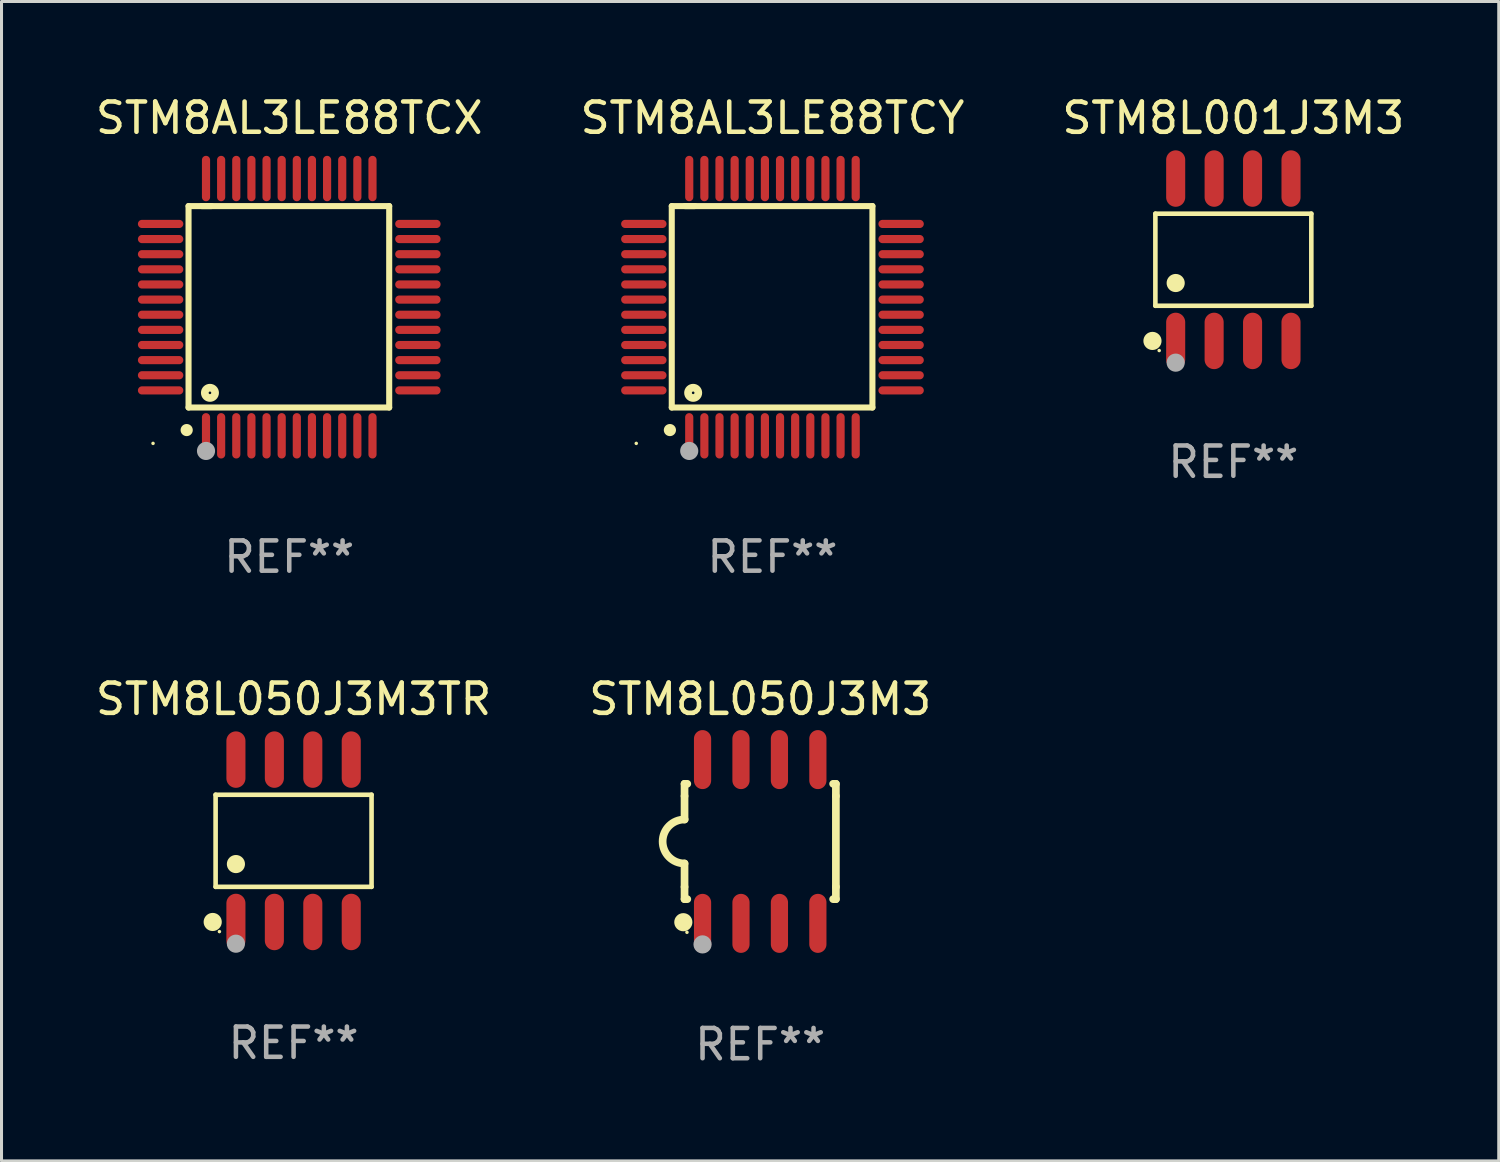
<source format=kicad_pcb>
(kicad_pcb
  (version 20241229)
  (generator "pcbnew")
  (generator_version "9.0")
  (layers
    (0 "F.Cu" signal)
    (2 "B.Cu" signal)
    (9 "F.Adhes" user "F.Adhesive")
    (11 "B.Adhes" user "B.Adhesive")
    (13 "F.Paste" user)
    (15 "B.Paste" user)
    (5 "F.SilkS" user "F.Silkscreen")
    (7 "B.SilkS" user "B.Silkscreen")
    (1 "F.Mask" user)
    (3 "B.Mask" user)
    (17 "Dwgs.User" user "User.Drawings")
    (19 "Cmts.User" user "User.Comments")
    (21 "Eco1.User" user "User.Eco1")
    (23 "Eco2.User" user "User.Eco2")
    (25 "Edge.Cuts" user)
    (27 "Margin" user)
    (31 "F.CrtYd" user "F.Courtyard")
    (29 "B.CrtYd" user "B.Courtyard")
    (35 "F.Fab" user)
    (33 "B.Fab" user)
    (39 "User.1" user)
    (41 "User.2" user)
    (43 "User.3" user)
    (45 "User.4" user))
  (footprint "STM8AL3LE88TCX"
    (layer "F.Cu")
    (at 6.506 7.098)
    (property "Reference" "STM8AL3LE88TCX" (at 0 -6.25 0) (layer "F.SilkS") (effects (font (size 1 1) (thickness 0.15))))
    (attr through_hole)
    (fp_line (start -3.327 -3.34) (end -2.565 -3.34) (stroke (width 0.2) (type solid)) (layer "F.SilkS"))
    (fp_line (start -3.327 3.315) (end -3.327 -3.34) (stroke (width 0.2) (type solid)) (layer "F.SilkS"))
    (fp_line (start -2.896 -3.34) (end 3.302 -3.34) (stroke (width 0.2) (type solid)) (layer "F.SilkS"))
    (fp_line (start 3.302 -3.34) (end 3.302 3.315) (stroke (width 0.2) (type solid)) (layer "F.SilkS"))
    (fp_line (start 3.302 3.315) (end -3.327 3.315) (stroke (width 0.2) (type solid)) (layer "F.SilkS"))
    (fp_arc (start -3.389992 4.059995) (mid -3.388722 4.059991) (end -3.387452 4.059995) (stroke (width 0.4) (type solid)) (layer "F.SilkS"))
    (fp_circle (center -4.5 4.5) (end -4.47 4.5) (stroke (width 0.06) (type solid)) (fill no) (layer "F.SilkS"))
    (fp_circle (center -2.62 2.83) (end -2.45 2.83) (stroke (width 0.254) (type solid)) (fill no) (layer "F.SilkS"))
    (fp_circle (center -2.75 4.75) (end -2.6 4.75) (stroke (width 0.3) (type solid)) (fill no) (layer "F.Fab"))
    (fp_text user "REF**" (at 0 8.25 0) (layer "F.Fab") (effects (font (size 1 1) (thickness 0.15))))
    (pad "1" smd oval (at -2.75 4.25) (size 0.27 1.5) (layers "F.Cu" "F.Mask" "F.Paste"))
    (pad "2" smd oval (at -2.25 4.25) (size 0.27 1.5) (layers "F.Cu" "F.Mask" "F.Paste"))
    (pad "3" smd oval (at -1.75 4.25) (size 0.27 1.5) (layers "F.Cu" "F.Mask" "F.Paste"))
    (pad "4" smd oval (at -1.25 4.25) (size 0.27 1.5) (layers "F.Cu" "F.Mask" "F.Paste"))
    (pad "5" smd oval (at -0.75 4.25) (size 0.27 1.5) (layers "F.Cu" "F.Mask" "F.Paste"))
    (pad "6" smd oval (at -0.25 4.25) (size 0.27 1.5) (layers "F.Cu" "F.Mask" "F.Paste"))
    (pad "7" smd oval (at 0.25 4.25) (size 0.27 1.5) (layers "F.Cu" "F.Mask" "F.Paste"))
    (pad "8" smd oval (at 0.75 4.25) (size 0.27 1.5) (layers "F.Cu" "F.Mask" "F.Paste"))
    (pad "9" smd oval (at 1.25 4.25) (size 0.27 1.5) (layers "F.Cu" "F.Mask" "F.Paste"))
    (pad "10" smd oval (at 1.75 4.25) (size 0.27 1.5) (layers "F.Cu" "F.Mask" "F.Paste"))
    (pad "11" smd oval (at 2.25 4.25) (size 0.27 1.5) (layers "F.Cu" "F.Mask" "F.Paste"))
    (pad "12" smd oval (at 2.75 4.25) (size 0.27 1.5) (layers "F.Cu" "F.Mask" "F.Paste"))
    (pad "13" smd oval (at 4.25 2.75) (size 1.5 0.27) (layers "F.Cu" "F.Mask" "F.Paste"))
    (pad "14" smd oval (at 4.25 2.25) (size 1.5 0.27) (layers "F.Cu" "F.Mask" "F.Paste"))
    (pad "15" smd oval (at 4.25 1.75) (size 1.5 0.27) (layers "F.Cu" "F.Mask" "F.Paste"))
    (pad "16" smd oval (at 4.25 1.25) (size 1.5 0.27) (layers "F.Cu" "F.Mask" "F.Paste"))
    (pad "17" smd oval (at 4.25 0.75) (size 1.5 0.27) (layers "F.Cu" "F.Mask" "F.Paste"))
    (pad "18" smd oval (at 4.25 0.25) (size 1.5 0.27) (layers "F.Cu" "F.Mask" "F.Paste"))
    (pad "19" smd oval (at 4.25 -0.25) (size 1.5 0.27) (layers "F.Cu" "F.Mask" "F.Paste"))
    (pad "20" smd oval (at 4.25 -0.75) (size 1.5 0.27) (layers "F.Cu" "F.Mask" "F.Paste"))
    (pad "21" smd oval (at 4.25 -1.25) (size 1.5 0.27) (layers "F.Cu" "F.Mask" "F.Paste"))
    (pad "22" smd oval (at 4.25 -1.75) (size 1.5 0.27) (layers "F.Cu" "F.Mask" "F.Paste"))
    (pad "23" smd oval (at 4.25 -2.25) (size 1.5 0.27) (layers "F.Cu" "F.Mask" "F.Paste"))
    (pad "24" smd oval (at 4.25 -2.75) (size 1.5 0.27) (layers "F.Cu" "F.Mask" "F.Paste"))
    (pad "25" smd oval (at 2.75 -4.25) (size 0.27 1.5) (layers "F.Cu" "F.Mask" "F.Paste"))
    (pad "26" smd oval (at 2.25 -4.25) (size 0.27 1.5) (layers "F.Cu" "F.Mask" "F.Paste"))
    (pad "27" smd oval (at 1.75 -4.25) (size 0.27 1.5) (layers "F.Cu" "F.Mask" "F.Paste"))
    (pad "28" smd oval (at 1.25 -4.25) (size 0.27 1.5) (layers "F.Cu" "F.Mask" "F.Paste"))
    (pad "29" smd oval (at 0.75 -4.25) (size 0.27 1.5) (layers "F.Cu" "F.Mask" "F.Paste"))
    (pad "30" smd oval (at 0.25 -4.25) (size 0.27 1.5) (layers "F.Cu" "F.Mask" "F.Paste"))
    (pad "31" smd oval (at -0.25 -4.25) (size 0.27 1.5) (layers "F.Cu" "F.Mask" "F.Paste"))
    (pad "32" smd oval (at -0.75 -4.25) (size 0.27 1.5) (layers "F.Cu" "F.Mask" "F.Paste"))
    (pad "33" smd oval (at -1.25 -4.25) (size 0.27 1.5) (layers "F.Cu" "F.Mask" "F.Paste"))
    (pad "34" smd oval (at -1.75 -4.25) (size 0.27 1.5) (layers "F.Cu" "F.Mask" "F.Paste"))
    (pad "35" smd oval (at -2.25 -4.25) (size 0.27 1.5) (layers "F.Cu" "F.Mask" "F.Paste"))
    (pad "36" smd oval (at -2.75 -4.25) (size 0.27 1.5) (layers "F.Cu" "F.Mask" "F.Paste"))
    (pad "37" smd oval (at -4.25 -2.75) (size 1.5 0.27) (layers "F.Cu" "F.Mask" "F.Paste"))
    (pad "38" smd oval (at -4.25 -2.25) (size 1.5 0.27) (layers "F.Cu" "F.Mask" "F.Paste"))
    (pad "39" smd oval (at -4.25 -1.75) (size 1.5 0.27) (layers "F.Cu" "F.Mask" "F.Paste"))
    (pad "40" smd oval (at -4.25 -1.25) (size 1.5 0.27) (layers "F.Cu" "F.Mask" "F.Paste"))
    (pad "41" smd oval (at -4.25 -0.75) (size 1.5 0.27) (layers "F.Cu" "F.Mask" "F.Paste"))
    (pad "42" smd oval (at -4.25 -0.25) (size 1.5 0.27) (layers "F.Cu" "F.Mask" "F.Paste"))
    (pad "43" smd oval (at -4.25 0.25) (size 1.5 0.27) (layers "F.Cu" "F.Mask" "F.Paste"))
    (pad "44" smd oval (at -4.25 0.75) (size 1.5 0.27) (layers "F.Cu" "F.Mask" "F.Paste"))
    (pad "45" smd oval (at -4.25 1.25) (size 1.5 0.27) (layers "F.Cu" "F.Mask" "F.Paste"))
    (pad "46" smd oval (at -4.25 1.75) (size 1.5 0.27) (layers "F.Cu" "F.Mask" "F.Paste"))
    (pad "47" smd oval (at -4.25 2.25) (size 1.5 0.27) (layers "F.Cu" "F.Mask" "F.Paste"))
    (pad "48" smd oval (at -4.25 2.75) (size 1.5 0.27) (layers "F.Cu" "F.Mask" "F.Paste")))
  (footprint "STM8L001J3M3"
    (layer "F.Cu")
    (at 37.696 5.531)
    (property "Reference" "STM8L001J3M3" (at 0 -4.682 0) (layer "F.SilkS") (effects (font (size 1 1) (thickness 0.15))))
    (attr through_hole)
    (fp_line (start -2.576 -1.521) (end 2.576 -1.521) (stroke (width 0.152) (type solid)) (layer "F.SilkS"))
    (fp_line (start -2.576 1.521) (end -2.576 -1.521) (stroke (width 0.152) (type solid)) (layer "F.SilkS"))
    (fp_line (start 2.576 -1.521) (end 2.576 1.521) (stroke (width 0.152) (type solid)) (layer "F.SilkS"))
    (fp_line (start 2.576 1.521) (end -2.576 1.521) (stroke (width 0.152) (type solid)) (layer "F.SilkS"))
    (fp_circle (center -2.672 2.682) (end -2.522 2.682) (stroke (width 0.3) (type solid)) (fill no) (layer "F.SilkS"))
    (fp_circle (center -2.45 3) (end -2.42 3) (stroke (width 0.06) (type solid)) (fill no) (layer "F.SilkS"))
    (fp_circle (center -1.905 0.769) (end -1.755 0.769) (stroke (width 0.3) (type solid)) (fill no) (layer "F.SilkS"))
    (fp_circle (center -1.905 3.4) (end -1.755 3.4) (stroke (width 0.3) (type solid)) (fill no) (layer "F.Fab"))
    (fp_text user "REF**" (at 0 6.682 0) (layer "F.Fab") (effects (font (size 1 1) (thickness 0.15))))
    (pad "1" smd oval (at -1.905 2.682) (size 0.63 1.865) (layers "F.Cu" "F.Mask" "F.Paste"))
    (pad "2" smd oval (at -0.635 2.682) (size 0.63 1.865) (layers "F.Cu" "F.Mask" "F.Paste"))
    (pad "3" smd oval (at 0.635 2.682) (size 0.63 1.865) (layers "F.Cu" "F.Mask" "F.Paste"))
    (pad "4" smd oval (at 1.905 2.682) (size 0.63 1.865) (layers "F.Cu" "F.Mask" "F.Paste"))
    (pad "5" smd oval (at 1.905 -2.682) (size 0.63 1.865) (layers "F.Cu" "F.Mask" "F.Paste"))
    (pad "6" smd oval (at 0.635 -2.682) (size 0.63 1.865) (layers "F.Cu" "F.Mask" "F.Paste"))
    (pad "7" smd oval (at -0.635 -2.682) (size 0.63 1.865) (layers "F.Cu" "F.Mask" "F.Paste"))
    (pad "8" smd oval (at -1.905 -2.682) (size 0.63 1.865) (layers "F.Cu" "F.Mask" "F.Paste")))
  (footprint "STM8L050J3M3TR"
    (layer "F.Cu")
    (at 6.649 24.727)
    (property "Reference" "STM8L050J3M3TR" (at 0 -4.682 0) (layer "F.SilkS") (effects (font (size 1 1) (thickness 0.15))))
    (attr through_hole)
    (fp_line (start -2.576 -1.521) (end 2.576 -1.521) (stroke (width 0.152) (type solid)) (layer "F.SilkS"))
    (fp_line (start -2.576 1.521) (end -2.576 -1.521) (stroke (width 0.152) (type solid)) (layer "F.SilkS"))
    (fp_line (start 2.576 -1.521) (end 2.576 1.521) (stroke (width 0.152) (type solid)) (layer "F.SilkS"))
    (fp_line (start 2.576 1.521) (end -2.576 1.521) (stroke (width 0.152) (type solid)) (layer "F.SilkS"))
    (fp_circle (center -2.672 2.682) (end -2.522 2.682) (stroke (width 0.3) (type solid)) (fill no) (layer "F.SilkS"))
    (fp_circle (center -2.45 3) (end -2.42 3) (stroke (width 0.06) (type solid)) (fill no) (layer "F.SilkS"))
    (fp_circle (center -1.905 0.769) (end -1.755 0.769) (stroke (width 0.3) (type solid)) (fill no) (layer "F.SilkS"))
    (fp_circle (center -1.905 3.4) (end -1.755 3.4) (stroke (width 0.3) (type solid)) (fill no) (layer "F.Fab"))
    (fp_text user "REF**" (at 0 6.682 0) (layer "F.Fab") (effects (font (size 1 1) (thickness 0.15))))
    (pad "1" smd oval (at -1.905 2.682) (size 0.63 1.865) (layers "F.Cu" "F.Mask" "F.Paste"))
    (pad "2" smd oval (at -0.635 2.682) (size 0.63 1.865) (layers "F.Cu" "F.Mask" "F.Paste"))
    (pad "3" smd oval (at 0.635 2.682) (size 0.63 1.865) (layers "F.Cu" "F.Mask" "F.Paste"))
    (pad "4" smd oval (at 1.905 2.682) (size 0.63 1.865) (layers "F.Cu" "F.Mask" "F.Paste"))
    (pad "5" smd oval (at 1.905 -2.682) (size 0.63 1.865) (layers "F.Cu" "F.Mask" "F.Paste"))
    (pad "6" smd oval (at 0.635 -2.682) (size 0.63 1.865) (layers "F.Cu" "F.Mask" "F.Paste"))
    (pad "7" smd oval (at -0.635 -2.682) (size 0.63 1.865) (layers "F.Cu" "F.Mask" "F.Paste"))
    (pad "8" smd oval (at -1.905 -2.682) (size 0.63 1.865) (layers "F.Cu" "F.Mask" "F.Paste")))
  (footprint "STM8L050J3M3"
    (layer "F.Cu")
    (at 22.065 24.75)
    (property "Reference" "STM8L050J3M3" (at 0 -4.705 0) (layer "F.SilkS") (effects (font (size 1 1) (thickness 0.15))))
    (attr through_hole)
    (fp_line (start -2.5 -1.905) (end -2.409 -1.905) (stroke (width 0.254) (type solid)) (layer "F.SilkS"))
    (fp_line (start -2.5 -1.5) (end -2.5 -1.905) (stroke (width 0.254) (type solid)) (layer "F.SilkS"))
    (fp_line (start -2.5 -1.5) (end -2.5 -0.726) (stroke (width 0.254) (type solid)) (layer "F.SilkS"))
    (fp_line (start -2.5 1.5) (end -2.5 0.727) (stroke (width 0.254) (type solid)) (layer "F.SilkS"))
    (fp_line (start -2.5 1.5) (end -2.5 1.905) (stroke (width 0.254) (type solid)) (layer "F.SilkS"))
    (fp_line (start -2.5 1.905) (end -2.409 1.905) (stroke (width 0.254) (type solid)) (layer "F.SilkS"))
    (fp_line (start 2.5 -1.905) (end 2.409 -1.905) (stroke (width 0.254) (type solid)) (layer "F.SilkS"))
    (fp_line (start 2.5 -1.5) (end 2.5 -1.905) (stroke (width 0.254) (type solid)) (layer "F.SilkS"))
    (fp_line (start 2.5 -1.5) (end 2.5 1.5) (stroke (width 0.254) (type solid)) (layer "F.SilkS"))
    (fp_line (start 2.5 1.5) (end 2.5 1.905) (stroke (width 0.254) (type solid)) (layer "F.SilkS"))
    (fp_line (start 2.5 1.905) (end 2.409 1.905) (stroke (width 0.254) (type solid)) (layer "F.SilkS"))
    (fp_arc (start -2.5 0.726568) (mid -3.220316 -0.0023) (end -2.495097 -0.726289) (stroke (width 0.254001) (type solid)) (layer "F.SilkS"))
    (fp_circle (center -2.54 2.667) (end -2.39 2.667) (stroke (width 0.3) (type solid)) (fill no) (layer "F.SilkS"))
    (fp_circle (center -2.42 3) (end -2.39 3) (stroke (width 0.06) (type solid)) (fill no) (layer "F.SilkS"))
    (fp_circle (center -1.905 3.4) (end -1.755 3.4) (stroke (width 0.3) (type solid)) (fill no) (layer "F.Fab"))
    (fp_text user "REF**" (at 0 6.705 0) (layer "F.Fab") (effects (font (size 1 1) (thickness 0.15))))
    (pad "1" smd oval (at -1.905 2.705) (size 0.568 1.95) (layers "F.Cu" "F.Mask" "F.Paste"))
    (pad "2" smd oval (at -0.635 2.705) (size 0.568 1.95) (layers "F.Cu" "F.Mask" "F.Paste"))
    (pad "3" smd oval (at 0.635 2.705) (size 0.568 1.95) (layers "F.Cu" "F.Mask" "F.Paste"))
    (pad "4" smd oval (at 1.905 2.705) (size 0.568 1.95) (layers "F.Cu" "F.Mask" "F.Paste"))
    (pad "5" smd oval (at 1.905 -2.705) (size 0.568 1.95) (layers "F.Cu" "F.Mask" "F.Paste"))
    (pad "6" smd oval (at 0.635 -2.705) (size 0.568 1.95) (layers "F.Cu" "F.Mask" "F.Paste"))
    (pad "7" smd oval (at -0.635 -2.705) (size 0.568 1.95) (layers "F.Cu" "F.Mask" "F.Paste"))
    (pad "8" smd oval (at -1.905 -2.705) (size 0.568 1.95) (layers "F.Cu" "F.Mask" "F.Paste")))
  (footprint "STM8AL3LE88TCY"
    (layer "F.Cu")
    (at 22.47 7.098)
    (property "Reference" "STM8AL3LE88TCY" (at 0 -6.25 0) (layer "F.SilkS") (effects (font (size 1 1) (thickness 0.15))))
    (attr through_hole)
    (fp_line (start -3.327 -3.34) (end -2.565 -3.34) (stroke (width 0.2) (type solid)) (layer "F.SilkS"))
    (fp_line (start -3.327 3.315) (end -3.327 -3.34) (stroke (width 0.2) (type solid)) (layer "F.SilkS"))
    (fp_line (start -2.896 -3.34) (end 3.302 -3.34) (stroke (width 0.2) (type solid)) (layer "F.SilkS"))
    (fp_line (start 3.302 -3.34) (end 3.302 3.315) (stroke (width 0.2) (type solid)) (layer "F.SilkS"))
    (fp_line (start 3.302 3.315) (end -3.327 3.315) (stroke (width 0.2) (type solid)) (layer "F.SilkS"))
    (fp_arc (start -3.389992 4.059995) (mid -3.388722 4.059991) (end -3.387452 4.059995) (stroke (width 0.4) (type solid)) (layer "F.SilkS"))
    (fp_circle (center -4.5 4.5) (end -4.47 4.5) (stroke (width 0.06) (type solid)) (fill no) (layer "F.SilkS"))
    (fp_circle (center -2.62 2.83) (end -2.45 2.83) (stroke (width 0.254) (type solid)) (fill no) (layer "F.SilkS"))
    (fp_circle (center -2.75 4.75) (end -2.6 4.75) (stroke (width 0.3) (type solid)) (fill no) (layer "F.Fab"))
    (fp_text user "REF**" (at 0 8.25 0) (layer "F.Fab") (effects (font (size 1 1) (thickness 0.15))))
    (pad "1" smd oval (at -2.75 4.25) (size 0.27 1.5) (layers "F.Cu" "F.Mask" "F.Paste"))
    (pad "2" smd oval (at -2.25 4.25) (size 0.27 1.5) (layers "F.Cu" "F.Mask" "F.Paste"))
    (pad "3" smd oval (at -1.75 4.25) (size 0.27 1.5) (layers "F.Cu" "F.Mask" "F.Paste"))
    (pad "4" smd oval (at -1.25 4.25) (size 0.27 1.5) (layers "F.Cu" "F.Mask" "F.Paste"))
    (pad "5" smd oval (at -0.75 4.25) (size 0.27 1.5) (layers "F.Cu" "F.Mask" "F.Paste"))
    (pad "6" smd oval (at -0.25 4.25) (size 0.27 1.5) (layers "F.Cu" "F.Mask" "F.Paste"))
    (pad "7" smd oval (at 0.25 4.25) (size 0.27 1.5) (layers "F.Cu" "F.Mask" "F.Paste"))
    (pad "8" smd oval (at 0.75 4.25) (size 0.27 1.5) (layers "F.Cu" "F.Mask" "F.Paste"))
    (pad "9" smd oval (at 1.25 4.25) (size 0.27 1.5) (layers "F.Cu" "F.Mask" "F.Paste"))
    (pad "10" smd oval (at 1.75 4.25) (size 0.27 1.5) (layers "F.Cu" "F.Mask" "F.Paste"))
    (pad "11" smd oval (at 2.25 4.25) (size 0.27 1.5) (layers "F.Cu" "F.Mask" "F.Paste"))
    (pad "12" smd oval (at 2.75 4.25) (size 0.27 1.5) (layers "F.Cu" "F.Mask" "F.Paste"))
    (pad "13" smd oval (at 4.25 2.75) (size 1.5 0.27) (layers "F.Cu" "F.Mask" "F.Paste"))
    (pad "14" smd oval (at 4.25 2.25) (size 1.5 0.27) (layers "F.Cu" "F.Mask" "F.Paste"))
    (pad "15" smd oval (at 4.25 1.75) (size 1.5 0.27) (layers "F.Cu" "F.Mask" "F.Paste"))
    (pad "16" smd oval (at 4.25 1.25) (size 1.5 0.27) (layers "F.Cu" "F.Mask" "F.Paste"))
    (pad "17" smd oval (at 4.25 0.75) (size 1.5 0.27) (layers "F.Cu" "F.Mask" "F.Paste"))
    (pad "18" smd oval (at 4.25 0.25) (size 1.5 0.27) (layers "F.Cu" "F.Mask" "F.Paste"))
    (pad "19" smd oval (at 4.25 -0.25) (size 1.5 0.27) (layers "F.Cu" "F.Mask" "F.Paste"))
    (pad "20" smd oval (at 4.25 -0.75) (size 1.5 0.27) (layers "F.Cu" "F.Mask" "F.Paste"))
    (pad "21" smd oval (at 4.25 -1.25) (size 1.5 0.27) (layers "F.Cu" "F.Mask" "F.Paste"))
    (pad "22" smd oval (at 4.25 -1.75) (size 1.5 0.27) (layers "F.Cu" "F.Mask" "F.Paste"))
    (pad "23" smd oval (at 4.25 -2.25) (size 1.5 0.27) (layers "F.Cu" "F.Mask" "F.Paste"))
    (pad "24" smd oval (at 4.25 -2.75) (size 1.5 0.27) (layers "F.Cu" "F.Mask" "F.Paste"))
    (pad "25" smd oval (at 2.75 -4.25) (size 0.27 1.5) (layers "F.Cu" "F.Mask" "F.Paste"))
    (pad "26" smd oval (at 2.25 -4.25) (size 0.27 1.5) (layers "F.Cu" "F.Mask" "F.Paste"))
    (pad "27" smd oval (at 1.75 -4.25) (size 0.27 1.5) (layers "F.Cu" "F.Mask" "F.Paste"))
    (pad "28" smd oval (at 1.25 -4.25) (size 0.27 1.5) (layers "F.Cu" "F.Mask" "F.Paste"))
    (pad "29" smd oval (at 0.75 -4.25) (size 0.27 1.5) (layers "F.Cu" "F.Mask" "F.Paste"))
    (pad "30" smd oval (at 0.25 -4.25) (size 0.27 1.5) (layers "F.Cu" "F.Mask" "F.Paste"))
    (pad "31" smd oval (at -0.25 -4.25) (size 0.27 1.5) (layers "F.Cu" "F.Mask" "F.Paste"))
    (pad "32" smd oval (at -0.75 -4.25) (size 0.27 1.5) (layers "F.Cu" "F.Mask" "F.Paste"))
    (pad "33" smd oval (at -1.25 -4.25) (size 0.27 1.5) (layers "F.Cu" "F.Mask" "F.Paste"))
    (pad "34" smd oval (at -1.75 -4.25) (size 0.27 1.5) (layers "F.Cu" "F.Mask" "F.Paste"))
    (pad "35" smd oval (at -2.25 -4.25) (size 0.27 1.5) (layers "F.Cu" "F.Mask" "F.Paste"))
    (pad "36" smd oval (at -2.75 -4.25) (size 0.27 1.5) (layers "F.Cu" "F.Mask" "F.Paste"))
    (pad "37" smd oval (at -4.25 -2.75) (size 1.5 0.27) (layers "F.Cu" "F.Mask" "F.Paste"))
    (pad "38" smd oval (at -4.25 -2.25) (size 1.5 0.27) (layers "F.Cu" "F.Mask" "F.Paste"))
    (pad "39" smd oval (at -4.25 -1.75) (size 1.5 0.27) (layers "F.Cu" "F.Mask" "F.Paste"))
    (pad "40" smd oval (at -4.25 -1.25) (size 1.5 0.27) (layers "F.Cu" "F.Mask" "F.Paste"))
    (pad "41" smd oval (at -4.25 -0.75) (size 1.5 0.27) (layers "F.Cu" "F.Mask" "F.Paste"))
    (pad "42" smd oval (at -4.25 -0.25) (size 1.5 0.27) (layers "F.Cu" "F.Mask" "F.Paste"))
    (pad "43" smd oval (at -4.25 0.25) (size 1.5 0.27) (layers "F.Cu" "F.Mask" "F.Paste"))
    (pad "44" smd oval (at -4.25 0.75) (size 1.5 0.27) (layers "F.Cu" "F.Mask" "F.Paste"))
    (pad "45" smd oval (at -4.25 1.25) (size 1.5 0.27) (layers "F.Cu" "F.Mask" "F.Paste"))
    (pad "46" smd oval (at -4.25 1.75) (size 1.5 0.27) (layers "F.Cu" "F.Mask" "F.Paste"))
    (pad "47" smd oval (at -4.25 2.25) (size 1.5 0.27) (layers "F.Cu" "F.Mask" "F.Paste"))
    (pad "48" smd oval (at -4.25 2.75) (size 1.5 0.27) (layers "F.Cu" "F.Mask" "F.Paste")))
  (gr_rect
    (start -3 -3)
    (end 46.464 35.303)
    (stroke (width 0.1) (type default))
    (fill no)
    (layer "Edge.Cuts")))
</source>
